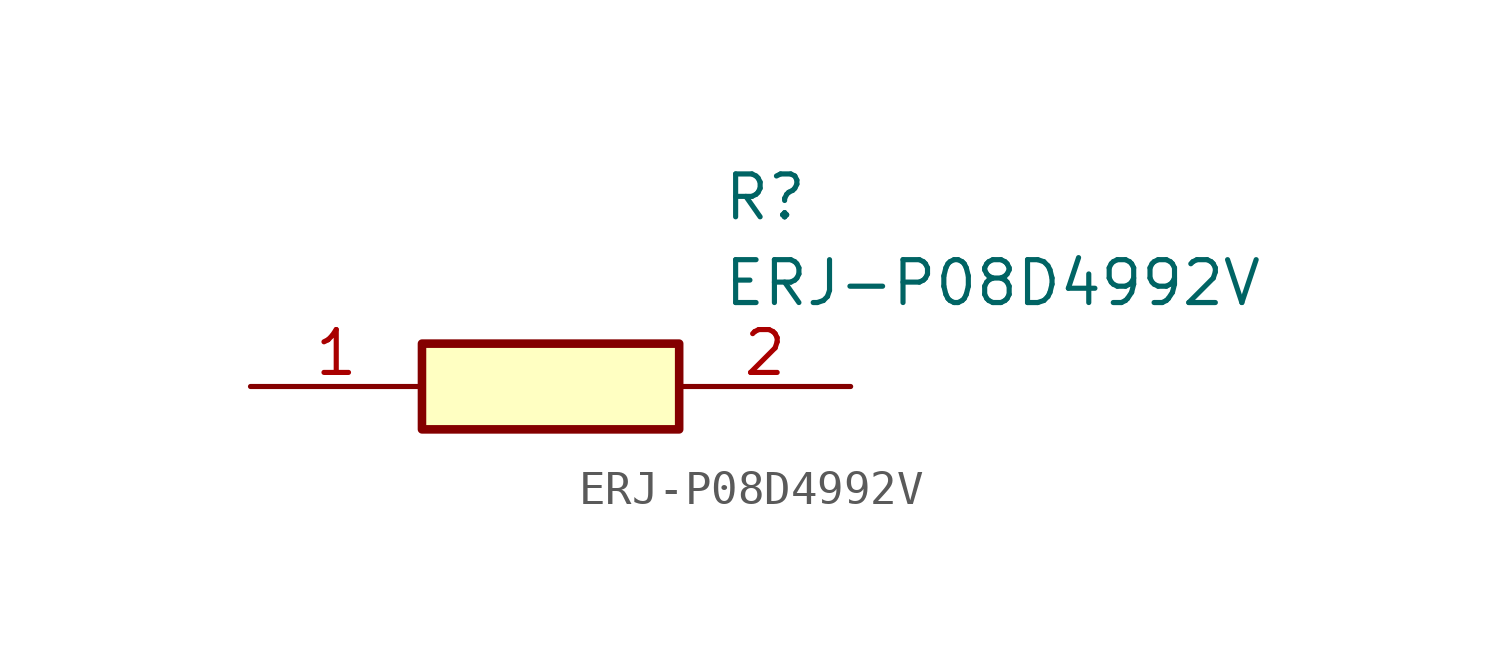
<source format=kicad_sym>
(kicad_symbol_lib
  (version 20211014)
  (generator SamacSys_ECAD_Model)
  (symbol "ERJ-P08D4992V"
    (pin_names hide)
    (property "Reference" "R"
      (at 13.97 6.35 0)
      (effects (font (size 1.27 1.27)) (justify left top)))
    (property "Value" "ERJ-P08D4992V"
      (at 13.97 3.81 0)
      (effects (font (size 1.27 1.27)) (justify left top)))
    (rectangle
      (start 5.08 1.27)
      (end 12.7 -1.27)
      (stroke (width 0.254) (type default))
      (fill (type background)))
    (pin passive line
      (at 0 0 0)
      (length 5.08)
      (name "1" (effects (font (size 1.27 1.27))))
      (number "1" (effects (font (size 1.27 1.27)))))
    (pin passive line
      (at 17.78 0 180)
      (length 5.08)
      (name "2" (effects (font (size 1.27 1.27))))
      (number "2" (effects (font (size 1.27 1.27)))))))
</source>
